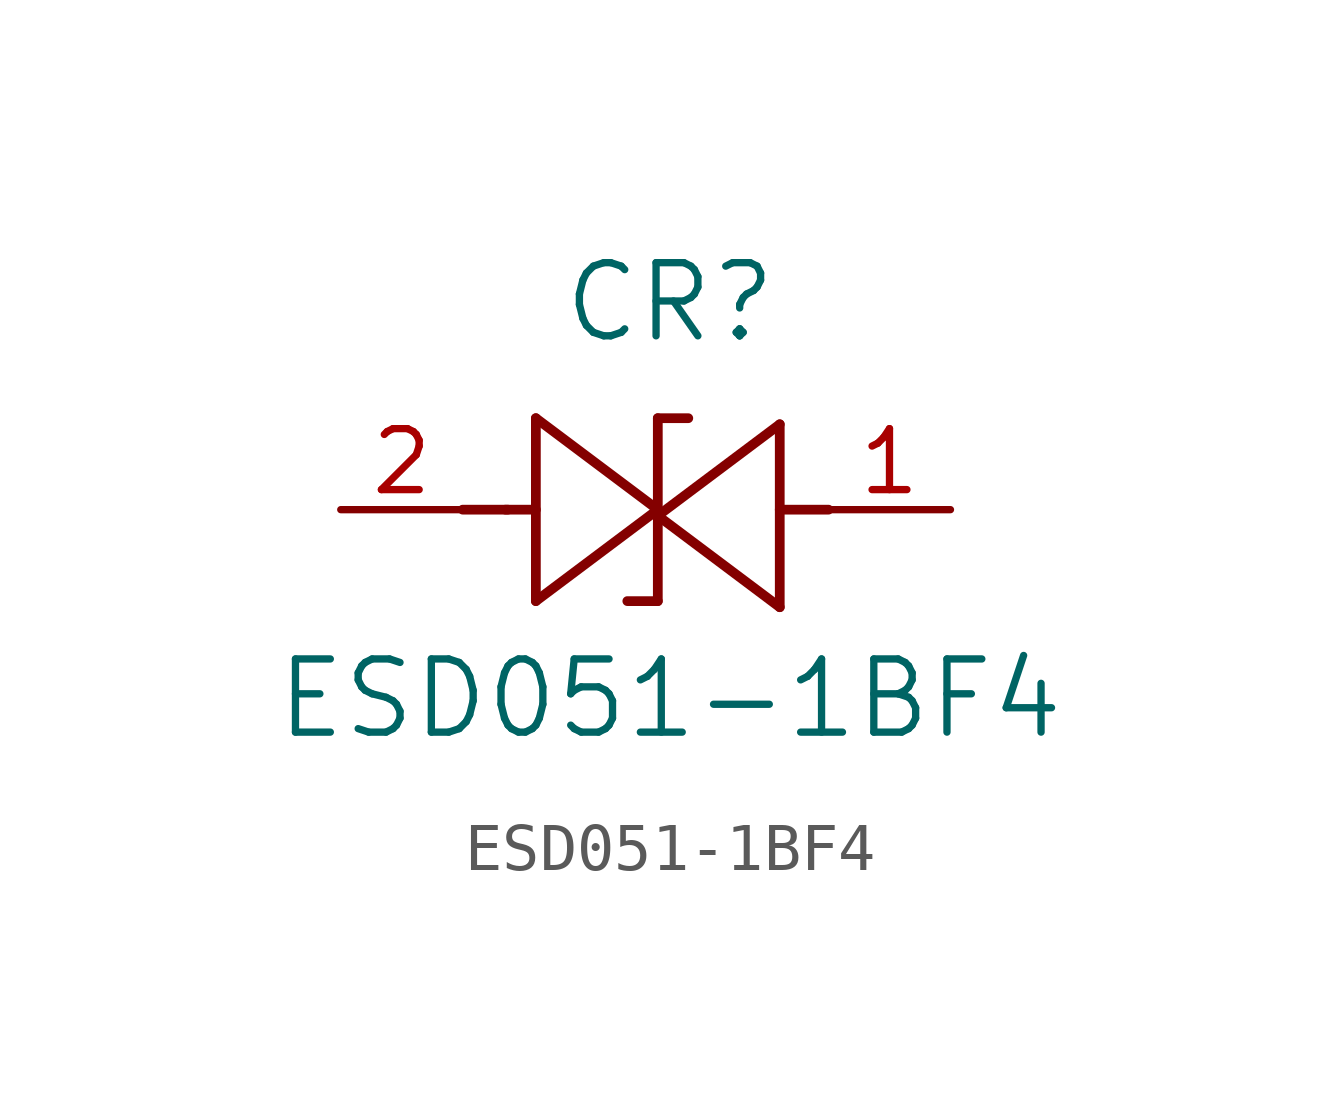
<source format=kicad_sym>
(kicad_symbol_lib
  (version 20211014)
  (generator kicad_symbol_editor)
  (symbol "ESD051-1BF4"
    (pin_names
      (offset 0.254))
    (property "Reference" "CR"
      (at 6.858 4.318 0)
      (effects (font (size 1.524 1.524))))
    (property "Value" "ESD051-1BF4"
      (at 6.858 -3.937 0)
      (effects (font (size 1.524 1.524))))
    (symbol "ESD051-1BF4_0_1"
      (polyline (pts (xy 4.064 1.905) (xy 4.064 -1.905)) (stroke (width 0.203) (type default) (color 0 0 0 0)) (fill (type none)))
      (polyline (pts (xy 6.604 -1.905) (xy 6.604 1.905)) (stroke (width 0.203) (type default) (color 0 0 0 0)) (fill (type none)))
      (polyline (pts (xy 6.604 0) (xy 4.064 1.905)) (stroke (width 0.203) (type default) (color 0 0 0 0)) (fill (type none)))
      (polyline (pts (xy 10.16 0) (xy 9.144 0)) (stroke (width 0.203) (type default) (color 0 0 0 0)) (fill (type none)))
      (polyline (pts (xy 2.54 0) (xy 3.48 0)) (stroke (width 0.203) (type default) (color 0 0 0 0)) (fill (type none)))
      (polyline (pts (xy 3.429 0) (xy 4.064 0)) (stroke (width 0.203) (type default) (color 0 0 0 0)) (fill (type none)))
      (polyline (pts (xy 4.064 -1.905) (xy 6.604 0)) (stroke (width 0.203) (type default) (color 0 0 0 0)) (fill (type none)))
      (polyline (pts (xy 6.604 -1.905) (xy 5.969 -1.905)) (stroke (width 0.203) (type default) (color 0 0 0 0)) (fill (type none)))
      (polyline (pts (xy 6.604 1.905) (xy 7.239 1.905)) (stroke (width 0.203) (type default) (color 0 0 0 0)) (fill (type none)))
      (polyline (pts (xy 9.144 -2.032) (xy 9.144 1.778)) (stroke (width 0.203) (type default) (color 0 0 0 0)) (fill (type none)))
      (polyline (pts (xy 9.144 1.778) (xy 6.604 -0.127)) (stroke (width 0.203) (type default) (color 0 0 0 0)) (fill (type none)))
      (polyline (pts (xy 6.604 -0.127) (xy 9.144 -2.032)) (stroke (width 0.203) (type default) (color 0 0 0 0)) (fill (type none)))
      (pin unspecified line (at 0 0 0) (length 2.54) (name "" (effects (font (size 1.27 1.27)))) (number "2" (effects (font (size 1.27 1.27)))))
      (pin unspecified line (at 12.7 0 180) (length 2.54) (name "" (effects (font (size 1.27 1.27)))) (number "1" (effects (font (size 1.27 1.27))))))))
</source>
